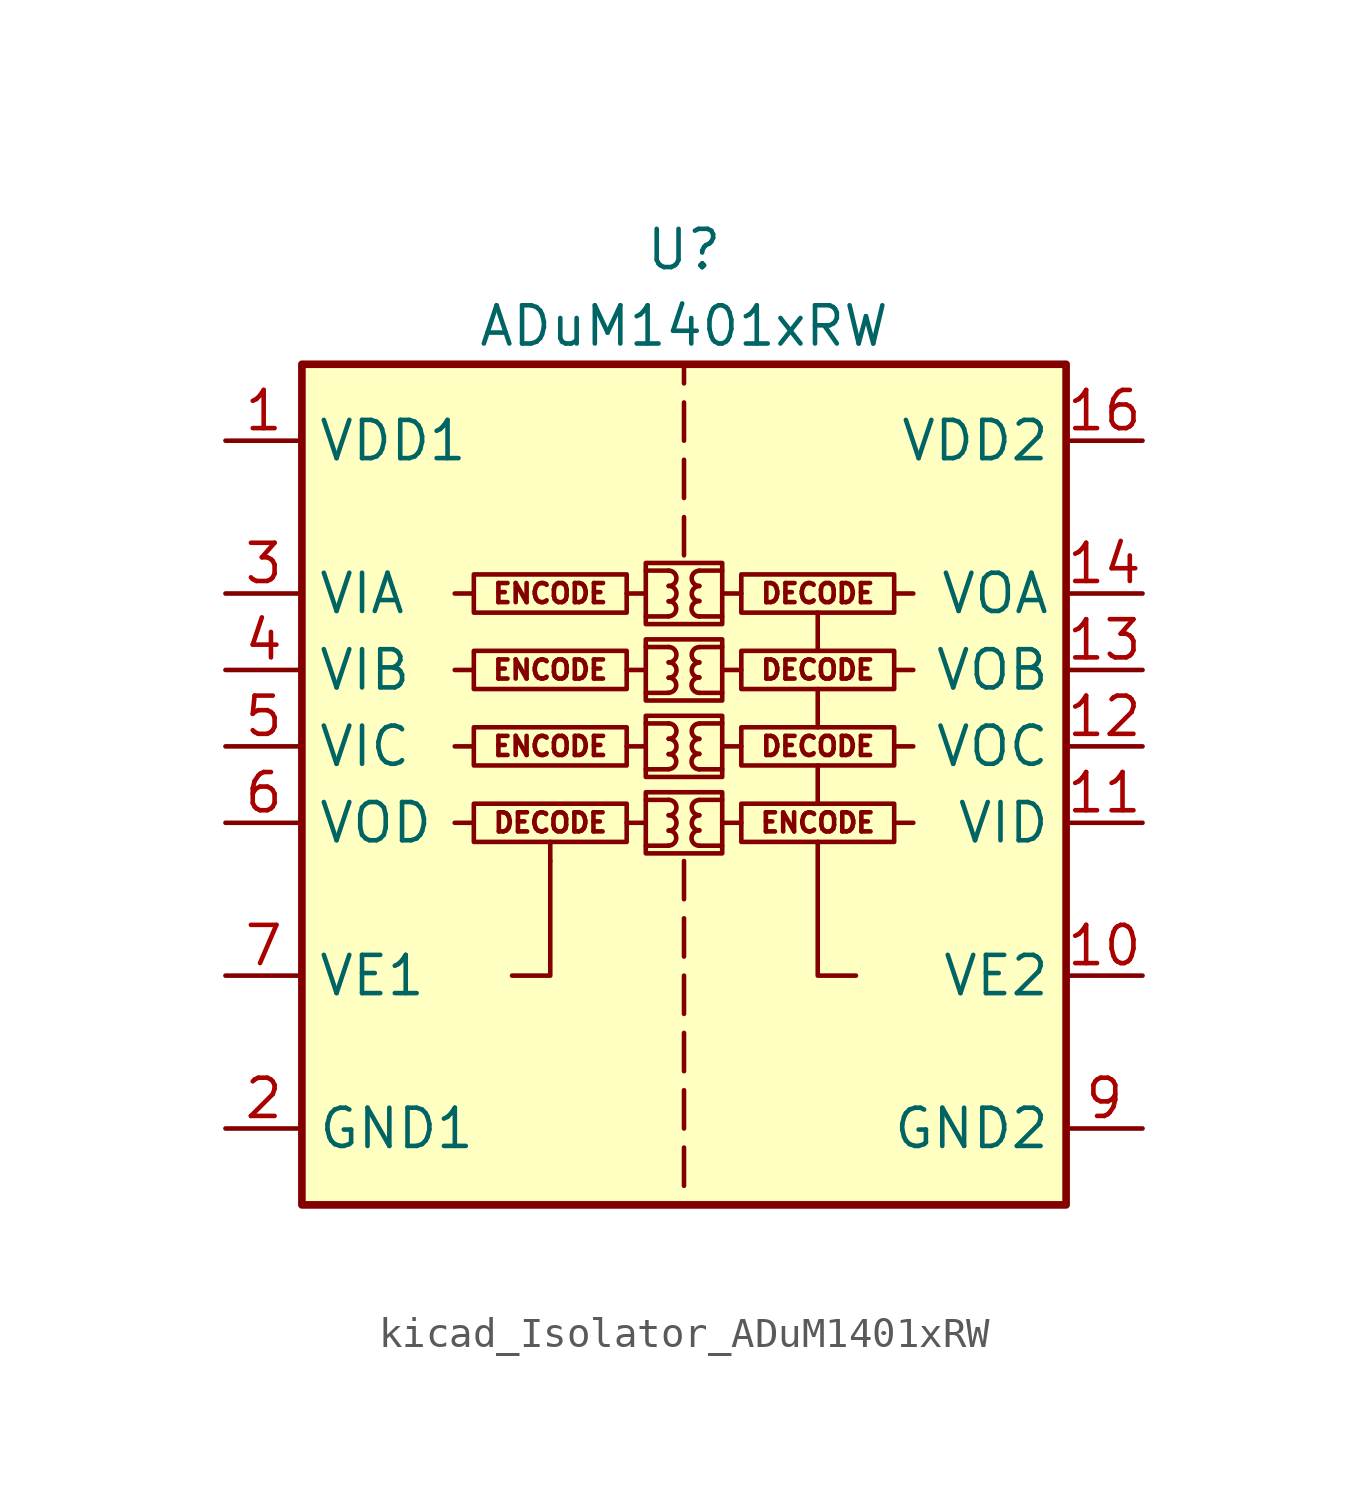
<source format=kicad_sym>
(kicad_symbol_lib
  (version 20220914)
  (generator kicad_symbol_editor)
  (symbol "kicad_Isolator_ADuM1401xRW"
    (property "Reference" "U"
      (at 0 19.05 0)
      (effects (font (size 1.27 1.27))))
    (property "Value" "ADuM1401xRW"
      (at 0 16.51 0)
      (effects (font (size 1.27 1.27))))
    (symbol "kicad_Isolator_ADuM1401xRW_0_0"
      (rectangle (start -1.905 0.635) (end -6.985 -0.635) (stroke (width 0) (type default)) (fill (type none)))
      (rectangle (start -1.27 1.016) (end 1.27 -1.016) (stroke (width 0) (type default)) (fill (type none)))
      (rectangle (start -1.27 3.556) (end 1.27 1.524) (stroke (width 0) (type default)) (fill (type none)))
      (rectangle (start -1.27 6.096) (end 1.27 4.064) (stroke (width 0) (type default)) (fill (type none)))
      (rectangle (start -1.27 8.636) (end 1.27 6.604) (stroke (width 0) (type default)) (fill (type none)))
      (arc (start -0.508 -0.762) (mid -0.2551 -0.508) (end -0.508 -0.254) (stroke (width 0) (type default)) (fill (type none)))
      (arc (start -0.508 -0.254) (mid -0.2551 0) (end -0.508 0.254) (stroke (width 0) (type default)) (fill (type none)))
      (arc (start -0.508 0.254) (mid -0.2551 0.508) (end -0.508 0.762) (stroke (width 0) (type default)) (fill (type none)))
      (arc (start -0.508 1.778) (mid -0.2551 2.032) (end -0.508 2.286) (stroke (width 0) (type default)) (fill (type none)))
      (arc (start -0.508 2.286) (mid -0.2551 2.54) (end -0.508 2.794) (stroke (width 0) (type default)) (fill (type none)))
      (arc (start -0.508 2.794) (mid -0.2551 3.048) (end -0.508 3.302) (stroke (width 0) (type default)) (fill (type none)))
      (arc (start -0.508 4.318) (mid -0.2551 4.572) (end -0.508 4.826) (stroke (width 0) (type default)) (fill (type none)))
      (arc (start -0.508 4.826) (mid -0.2551 5.08) (end -0.508 5.334) (stroke (width 0) (type default)) (fill (type none)))
      (arc (start -0.508 5.334) (mid -0.2551 5.588) (end -0.508 5.842) (stroke (width 0) (type default)) (fill (type none)))
      (arc (start -0.508 6.858) (mid -0.2551 7.112) (end -0.508 7.366) (stroke (width 0) (type default)) (fill (type none)))
      (arc (start -0.508 7.366) (mid -0.2551 7.62) (end -0.508 7.874) (stroke (width 0) (type default)) (fill (type none)))
      (arc (start -0.508 7.874) (mid -0.2551 8.128) (end -0.508 8.382) (stroke (width 0) (type default)) (fill (type none)))
      (polyline (pts (xy -6.985 0) (xy -7.62 0)) (stroke (width 0) (type default)) (fill (type none)))
      (polyline (pts (xy -6.985 2.54) (xy -7.62 2.54)) (stroke (width 0) (type default)) (fill (type none)))
      (polyline (pts (xy -6.985 5.08) (xy -7.62 5.08)) (stroke (width 0) (type default)) (fill (type none)))
      (polyline (pts (xy -6.985 7.62) (xy -7.62 7.62)) (stroke (width 0) (type default)) (fill (type none)))
      (polyline (pts (xy -4.445 -1.27) (xy -4.445 -0.635)) (stroke (width 0) (type default)) (fill (type none)))
      (polyline (pts (xy -1.905 0) (xy -1.27 0)) (stroke (width 0) (type default)) (fill (type none)))
      (polyline (pts (xy -1.905 2.54) (xy -1.27 2.54)) (stroke (width 0) (type default)) (fill (type none)))
      (polyline (pts (xy -1.905 5.08) (xy -1.27 5.08)) (stroke (width 0) (type default)) (fill (type none)))
      (polyline (pts (xy -1.905 7.62) (xy -1.27 7.62)) (stroke (width 0) (type default)) (fill (type none)))
      (polyline (pts (xy -1.27 -0.762) (xy -0.508 -0.762)) (stroke (width 0) (type default)) (fill (type none)))
      (polyline (pts (xy -1.27 0.762) (xy -0.508 0.762)) (stroke (width 0) (type default)) (fill (type none)))
      (polyline (pts (xy -1.27 1.778) (xy -0.508 1.778)) (stroke (width 0) (type default)) (fill (type none)))
      (polyline (pts (xy -1.27 3.302) (xy -0.508 3.302)) (stroke (width 0) (type default)) (fill (type none)))
      (polyline (pts (xy -1.27 4.318) (xy -0.508 4.318)) (stroke (width 0) (type default)) (fill (type none)))
      (polyline (pts (xy -1.27 5.842) (xy -0.508 5.842)) (stroke (width 0) (type default)) (fill (type none)))
      (polyline (pts (xy -1.27 6.858) (xy -0.508 6.858)) (stroke (width 0) (type default)) (fill (type none)))
      (polyline (pts (xy -1.27 8.382) (xy -0.508 8.382)) (stroke (width 0) (type default)) (fill (type none)))
      (polyline (pts (xy 0 -10.795) (xy 0 -12.065)) (stroke (width 0) (type default)) (fill (type none)))
      (polyline (pts (xy 0 -8.89) (xy 0 -10.16)) (stroke (width 0) (type default)) (fill (type none)))
      (polyline (pts (xy 0 -6.985) (xy 0 -8.255)) (stroke (width 0) (type default)) (fill (type none)))
      (polyline (pts (xy 0 -5.08) (xy 0 -6.35)) (stroke (width 0) (type default)) (fill (type none)))
      (polyline (pts (xy 0 -3.175) (xy 0 -4.445)) (stroke (width 0) (type default)) (fill (type none)))
      (polyline (pts (xy 0 -1.27) (xy 0 -2.54)) (stroke (width 0) (type default)) (fill (type none)))
      (polyline (pts (xy 0 8.89) (xy 0 10.16)) (stroke (width 0) (type default)) (fill (type none)))
      (polyline (pts (xy 0 10.795) (xy 0 12.065)) (stroke (width 0) (type default)) (fill (type none)))
      (polyline (pts (xy 0 12.7) (xy 0 13.97)) (stroke (width 0) (type default)) (fill (type none)))
      (polyline (pts (xy 0 15.24) (xy 0 14.605)) (stroke (width 0) (type default)) (fill (type none)))
      (polyline (pts (xy 1.27 -0.762) (xy 0.508 -0.762)) (stroke (width 0) (type default)) (fill (type none)))
      (polyline (pts (xy 1.27 0.762) (xy 0.508 0.762)) (stroke (width 0) (type default)) (fill (type none)))
      (polyline (pts (xy 1.27 1.778) (xy 0.508 1.778)) (stroke (width 0) (type default)) (fill (type none)))
      (polyline (pts (xy 1.27 3.302) (xy 0.508 3.302)) (stroke (width 0) (type default)) (fill (type none)))
      (polyline (pts (xy 1.27 4.318) (xy 0.508 4.318)) (stroke (width 0) (type default)) (fill (type none)))
      (polyline (pts (xy 1.27 5.842) (xy 0.508 5.842)) (stroke (width 0) (type default)) (fill (type none)))
      (polyline (pts (xy 1.27 6.858) (xy 0.508 6.858)) (stroke (width 0) (type default)) (fill (type none)))
      (polyline (pts (xy 1.27 8.382) (xy 0.508 8.382)) (stroke (width 0) (type default)) (fill (type none)))
      (polyline (pts (xy 1.905 0) (xy 1.27 0)) (stroke (width 0) (type default)) (fill (type none)))
      (polyline (pts (xy 1.905 2.54) (xy 1.27 2.54)) (stroke (width 0) (type default)) (fill (type none)))
      (polyline (pts (xy 1.905 5.08) (xy 1.27 5.08)) (stroke (width 0) (type default)) (fill (type none)))
      (polyline (pts (xy 1.905 7.62) (xy 1.27 7.62)) (stroke (width 0) (type default)) (fill (type none)))
      (polyline (pts (xy 4.445 0.635) (xy 4.445 1.905)) (stroke (width 0) (type default)) (fill (type none)))
      (polyline (pts (xy 4.445 3.175) (xy 4.445 4.445)) (stroke (width 0) (type default)) (fill (type none)))
      (polyline (pts (xy 4.445 5.715) (xy 4.445 6.985)) (stroke (width 0) (type default)) (fill (type none)))
      (polyline (pts (xy 6.985 0) (xy 7.62 0)) (stroke (width 0) (type default)) (fill (type none)))
      (polyline (pts (xy 6.985 2.54) (xy 7.62 2.54)) (stroke (width 0) (type default)) (fill (type none)))
      (polyline (pts (xy 6.985 5.08) (xy 7.62 5.08)) (stroke (width 0) (type default)) (fill (type none)))
      (polyline (pts (xy 6.985 7.62) (xy 7.62 7.62)) (stroke (width 0) (type default)) (fill (type none)))
      (polyline (pts (xy -4.445 -1.27) (xy -4.445 -5.08) (xy -5.715 -5.08)) (stroke (width 0) (type default)) (fill (type none)))
      (polyline (pts (xy 5.715 -5.08) (xy 4.445 -5.08) (xy 4.445 -0.635)) (stroke (width 0) (type default)) (fill (type none)))
      (arc (start 0.508 -0.254) (mid 0.2551 -0.508) (end 0.508 -0.762) (stroke (width 0) (type default)) (fill (type none)))
      (arc (start 0.508 0.254) (mid 0.2551 0) (end 0.508 -0.254) (stroke (width 0) (type default)) (fill (type none)))
      (arc (start 0.508 0.762) (mid 0.2551 0.508) (end 0.508 0.254) (stroke (width 0) (type default)) (fill (type none)))
      (arc (start 0.508 2.286) (mid 0.2551 2.032) (end 0.508 1.778) (stroke (width 0) (type default)) (fill (type none)))
      (arc (start 0.508 2.794) (mid 0.2551 2.54) (end 0.508 2.286) (stroke (width 0) (type default)) (fill (type none)))
      (arc (start 0.508 3.302) (mid 0.2551 3.048) (end 0.508 2.794) (stroke (width 0) (type default)) (fill (type none)))
      (arc (start 0.508 4.826) (mid 0.2551 4.572) (end 0.508 4.318) (stroke (width 0) (type default)) (fill (type none)))
      (arc (start 0.508 5.334) (mid 0.2551 5.08) (end 0.508 4.826) (stroke (width 0) (type default)) (fill (type none)))
      (arc (start 0.508 5.842) (mid 0.2551 5.588) (end 0.508 5.334) (stroke (width 0) (type default)) (fill (type none)))
      (arc (start 0.508 7.366) (mid 0.2551 7.112) (end 0.508 6.858) (stroke (width 0) (type default)) (fill (type none)))
      (arc (start 0.508 7.874) (mid 0.2551 7.62) (end 0.508 7.366) (stroke (width 0) (type default)) (fill (type none)))
      (arc (start 0.508 8.382) (mid 0.2551 8.128) (end 0.508 7.874) (stroke (width 0) (type default)) (fill (type none)))
      (rectangle (start 1.905 0.635) (end 6.985 -0.635) (stroke (width 0) (type default)) (fill (type none)))
      (rectangle (start 1.905 3.175) (end 6.985 1.905) (stroke (width 0) (type default)) (fill (type none)))
      (rectangle (start 1.905 5.715) (end 6.985 4.445) (stroke (width 0) (type default)) (fill (type none)))
      (rectangle (start 1.905 8.255) (end 6.985 6.985) (stroke (width 0) (type default)) (fill (type none)))
      (text "DECODE" (at -4.445 0 0) (effects (font (size 0.635 0.635))))
      (text "DECODE" (at 4.445 2.54 0) (effects (font (size 0.635 0.635))))
      (text "DECODE" (at 4.445 5.08 0) (effects (font (size 0.635 0.635))))
      (text "DECODE" (at 4.445 7.62 0) (effects (font (size 0.635 0.635))))
      (text "ENCODE" (at -4.445 2.54 0) (effects (font (size 0.635 0.635))))
      (text "ENCODE" (at -4.445 5.08 0) (effects (font (size 0.635 0.635))))
      (text "ENCODE" (at -4.445 7.62 0) (effects (font (size 0.635 0.635))))
      (text "ENCODE" (at 4.445 0 0) (effects (font (size 0.635 0.635)))))
    (symbol "kicad_Isolator_ADuM1401xRW_0_1"
      (rectangle (start -12.7 15.24) (end 12.7 -12.7) (stroke (width 0.254) (type default)) (fill (type background)))
      (rectangle (start -1.905 3.175) (end -6.985 1.905) (stroke (width 0) (type default)) (fill (type none)))
      (rectangle (start -1.905 5.715) (end -6.985 4.445) (stroke (width 0) (type default)) (fill (type none)))
      (rectangle (start -1.905 8.255) (end -6.985 6.985) (stroke (width 0) (type default)) (fill (type none))))
    (symbol "kicad_Isolator_ADuM1401xRW_1_1"
      (pin power_in line (at -15.24 12.7 0) (length 2.54) (name "VDD1" (effects (font (size 1.27 1.27)))) (number "1" (effects (font (size 1.27 1.27)))))
      (pin input line (at 15.24 -5.08 180) (length 2.54) (name "VE2" (effects (font (size 1.27 1.27)))) (number "10" (effects (font (size 1.27 1.27)))))
      (pin input line (at 15.24 0 180) (length 2.54) (name "VID" (effects (font (size 1.27 1.27)))) (number "11" (effects (font (size 1.27 1.27)))))
      (pin output line (at 15.24 2.54 180) (length 2.54) (name "VOC" (effects (font (size 1.27 1.27)))) (number "12" (effects (font (size 1.27 1.27)))))
      (pin output line (at 15.24 5.08 180) (length 2.54) (name "VOB" (effects (font (size 1.27 1.27)))) (number "13" (effects (font (size 1.27 1.27)))))
      (pin output line (at 15.24 7.62 180) (length 2.54) (name "VOA" (effects (font (size 1.27 1.27)))) (number "14" (effects (font (size 1.27 1.27)))))
      (pin passive line (at 15.24 -10.16 180) (length 2.54) hide (name "GND2" (effects (font (size 1.27 1.27)))) (number "15" (effects (font (size 1.27 1.27)))))
      (pin power_in line (at 15.24 12.7 180) (length 2.54) (name "VDD2" (effects (font (size 1.27 1.27)))) (number "16" (effects (font (size 1.27 1.27)))))
      (pin power_in line (at -15.24 -10.16 0) (length 2.54) (name "GND1" (effects (font (size 1.27 1.27)))) (number "2" (effects (font (size 1.27 1.27)))))
      (pin input line (at -15.24 7.62 0) (length 2.54) (name "VIA" (effects (font (size 1.27 1.27)))) (number "3" (effects (font (size 1.27 1.27)))))
      (pin input line (at -15.24 5.08 0) (length 2.54) (name "VIB" (effects (font (size 1.27 1.27)))) (number "4" (effects (font (size 1.27 1.27)))))
      (pin input line (at -15.24 2.54 0) (length 2.54) (name "VIC" (effects (font (size 1.27 1.27)))) (number "5" (effects (font (size 1.27 1.27)))))
      (pin output line (at -15.24 0 0) (length 2.54) (name "VOD" (effects (font (size 1.27 1.27)))) (number "6" (effects (font (size 1.27 1.27)))))
      (pin input line (at -15.24 -5.08 0) (length 2.54) (name "VE1" (effects (font (size 1.27 1.27)))) (number "7" (effects (font (size 1.27 1.27)))))
      (pin passive line (at -15.24 -10.16 0) (length 2.54) hide (name "GND1" (effects (font (size 1.27 1.27)))) (number "8" (effects (font (size 1.27 1.27)))))
      (pin power_in line (at 15.24 -10.16 180) (length 2.54) (name "GND2" (effects (font (size 1.27 1.27)))) (number "9" (effects (font (size 1.27 1.27))))))))
</source>
